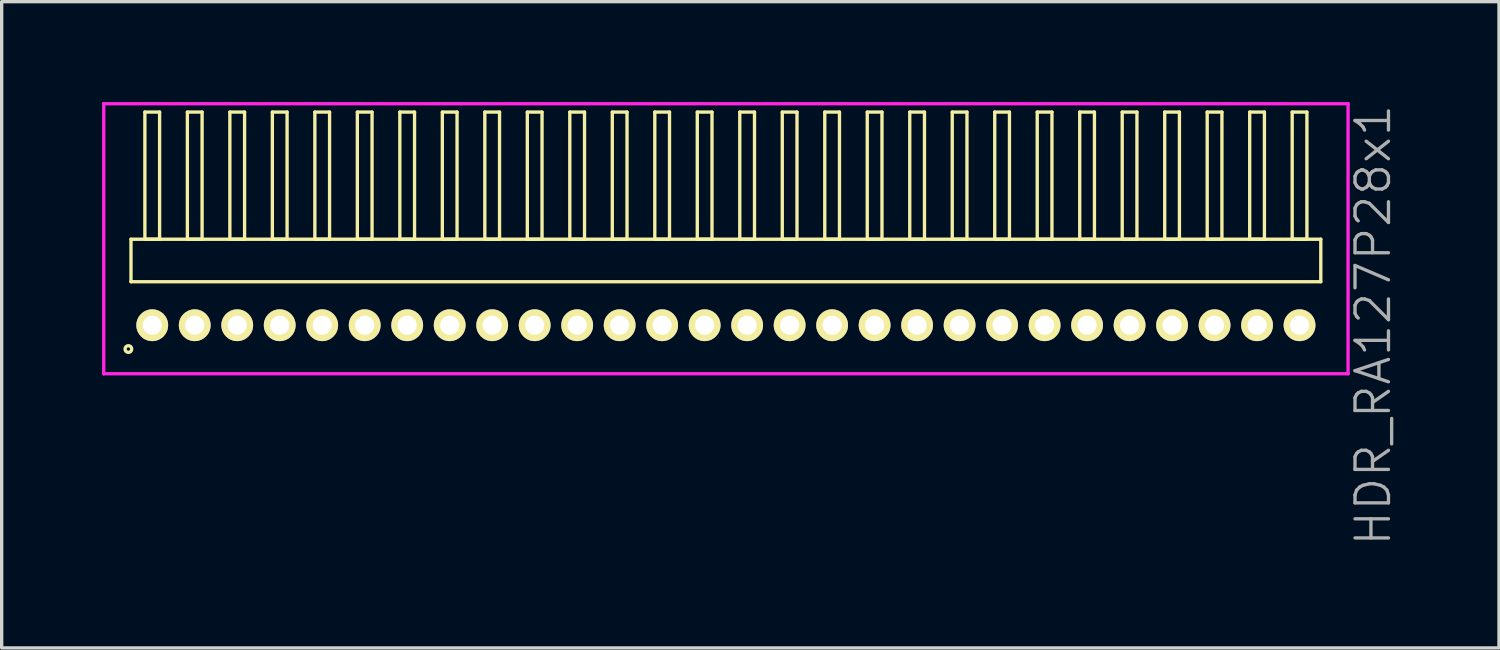
<source format=kicad_pcb>
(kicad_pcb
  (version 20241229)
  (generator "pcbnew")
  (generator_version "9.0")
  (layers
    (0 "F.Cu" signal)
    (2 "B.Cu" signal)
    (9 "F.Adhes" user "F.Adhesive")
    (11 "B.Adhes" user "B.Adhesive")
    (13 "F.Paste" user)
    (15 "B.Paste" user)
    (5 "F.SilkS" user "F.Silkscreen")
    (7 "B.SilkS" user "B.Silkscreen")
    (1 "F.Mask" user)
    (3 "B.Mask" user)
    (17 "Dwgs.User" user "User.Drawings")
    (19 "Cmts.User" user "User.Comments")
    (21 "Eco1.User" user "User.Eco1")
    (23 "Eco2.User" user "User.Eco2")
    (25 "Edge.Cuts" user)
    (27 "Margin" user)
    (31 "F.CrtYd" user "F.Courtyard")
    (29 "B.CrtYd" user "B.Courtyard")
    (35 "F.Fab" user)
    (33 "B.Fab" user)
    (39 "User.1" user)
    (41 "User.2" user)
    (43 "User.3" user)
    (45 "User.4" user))
  (footprint "HDR_RA127P28x1"
    (layer "F.Cu")
    (at 18.645 6.67)
    (property "Reference" "HDR_RA127P28x1" (at 19.345 0 90) (layer "F.Fab") (effects (font (size 1 1) (thickness 0.1))))
    (attr through_hole)
    (fp_line (start -17.78 -2.57) (end -17.78 -1.3) (stroke (width 0.1) (type solid)) (layer "F.SilkS"))
    (fp_line (start -17.78 -1.3) (end 17.78 -1.3) (stroke (width 0.1) (type solid)) (layer "F.SilkS"))
    (fp_line (start -17.365 -6.37) (end -17.365 -2.57) (stroke (width 0.1) (type solid)) (layer "F.SilkS"))
    (fp_line (start -17.365 -2.57) (end -16.925 -2.57) (stroke (width 0.1) (type solid)) (layer "F.SilkS"))
    (fp_line (start -16.925 -6.37) (end -17.365 -6.37) (stroke (width 0.1) (type solid)) (layer "F.SilkS"))
    (fp_line (start -16.925 -2.57) (end -16.925 -6.37) (stroke (width 0.1) (type solid)) (layer "F.SilkS"))
    (fp_line (start -16.095 -6.37) (end -16.095 -2.57) (stroke (width 0.1) (type solid)) (layer "F.SilkS"))
    (fp_line (start -16.095 -2.57) (end -15.655 -2.57) (stroke (width 0.1) (type solid)) (layer "F.SilkS"))
    (fp_line (start -15.655 -6.37) (end -16.095 -6.37) (stroke (width 0.1) (type solid)) (layer "F.SilkS"))
    (fp_line (start -15.655 -2.57) (end -15.655 -6.37) (stroke (width 0.1) (type solid)) (layer "F.SilkS"))
    (fp_line (start -14.825 -6.37) (end -14.825 -2.57) (stroke (width 0.1) (type solid)) (layer "F.SilkS"))
    (fp_line (start -14.825 -2.57) (end -14.385 -2.57) (stroke (width 0.1) (type solid)) (layer "F.SilkS"))
    (fp_line (start -14.385 -6.37) (end -14.825 -6.37) (stroke (width 0.1) (type solid)) (layer "F.SilkS"))
    (fp_line (start -14.385 -2.57) (end -14.385 -6.37) (stroke (width 0.1) (type solid)) (layer "F.SilkS"))
    (fp_line (start -13.555 -6.37) (end -13.555 -2.57) (stroke (width 0.1) (type solid)) (layer "F.SilkS"))
    (fp_line (start -13.555 -2.57) (end -13.115 -2.57) (stroke (width 0.1) (type solid)) (layer "F.SilkS"))
    (fp_line (start -13.115 -6.37) (end -13.555 -6.37) (stroke (width 0.1) (type solid)) (layer "F.SilkS"))
    (fp_line (start -13.115 -2.57) (end -13.115 -6.37) (stroke (width 0.1) (type solid)) (layer "F.SilkS"))
    (fp_line (start -12.285 -6.37) (end -12.285 -2.57) (stroke (width 0.1) (type solid)) (layer "F.SilkS"))
    (fp_line (start -12.285 -2.57) (end -11.845 -2.57) (stroke (width 0.1) (type solid)) (layer "F.SilkS"))
    (fp_line (start -11.845 -6.37) (end -12.285 -6.37) (stroke (width 0.1) (type solid)) (layer "F.SilkS"))
    (fp_line (start -11.845 -2.57) (end -11.845 -6.37) (stroke (width 0.1) (type solid)) (layer "F.SilkS"))
    (fp_line (start -11.015 -6.37) (end -11.015 -2.57) (stroke (width 0.1) (type solid)) (layer "F.SilkS"))
    (fp_line (start -11.015 -2.57) (end -10.575 -2.57) (stroke (width 0.1) (type solid)) (layer "F.SilkS"))
    (fp_line (start -10.575 -6.37) (end -11.015 -6.37) (stroke (width 0.1) (type solid)) (layer "F.SilkS"))
    (fp_line (start -10.575 -2.57) (end -10.575 -6.37) (stroke (width 0.1) (type solid)) (layer "F.SilkS"))
    (fp_line (start -9.745 -6.37) (end -9.745 -2.57) (stroke (width 0.1) (type solid)) (layer "F.SilkS"))
    (fp_line (start -9.745 -2.57) (end -9.305 -2.57) (stroke (width 0.1) (type solid)) (layer "F.SilkS"))
    (fp_line (start -9.305 -6.37) (end -9.745 -6.37) (stroke (width 0.1) (type solid)) (layer "F.SilkS"))
    (fp_line (start -9.305 -2.57) (end -9.305 -6.37) (stroke (width 0.1) (type solid)) (layer "F.SilkS"))
    (fp_line (start -8.475 -6.37) (end -8.475 -2.57) (stroke (width 0.1) (type solid)) (layer "F.SilkS"))
    (fp_line (start -8.475 -2.57) (end -8.035 -2.57) (stroke (width 0.1) (type solid)) (layer "F.SilkS"))
    (fp_line (start -8.035 -6.37) (end -8.475 -6.37) (stroke (width 0.1) (type solid)) (layer "F.SilkS"))
    (fp_line (start -8.035 -2.57) (end -8.035 -6.37) (stroke (width 0.1) (type solid)) (layer "F.SilkS"))
    (fp_line (start -7.205 -6.37) (end -7.205 -2.57) (stroke (width 0.1) (type solid)) (layer "F.SilkS"))
    (fp_line (start -7.205 -2.57) (end -6.765 -2.57) (stroke (width 0.1) (type solid)) (layer "F.SilkS"))
    (fp_line (start -6.765 -6.37) (end -7.205 -6.37) (stroke (width 0.1) (type solid)) (layer "F.SilkS"))
    (fp_line (start -6.765 -2.57) (end -6.765 -6.37) (stroke (width 0.1) (type solid)) (layer "F.SilkS"))
    (fp_line (start -5.935 -6.37) (end -5.935 -2.57) (stroke (width 0.1) (type solid)) (layer "F.SilkS"))
    (fp_line (start -5.935 -2.57) (end -5.495 -2.57) (stroke (width 0.1) (type solid)) (layer "F.SilkS"))
    (fp_line (start -5.495 -6.37) (end -5.935 -6.37) (stroke (width 0.1) (type solid)) (layer "F.SilkS"))
    (fp_line (start -5.495 -2.57) (end -5.495 -6.37) (stroke (width 0.1) (type solid)) (layer "F.SilkS"))
    (fp_line (start -4.665 -6.37) (end -4.665 -2.57) (stroke (width 0.1) (type solid)) (layer "F.SilkS"))
    (fp_line (start -4.665 -2.57) (end -4.225 -2.57) (stroke (width 0.1) (type solid)) (layer "F.SilkS"))
    (fp_line (start -4.225 -6.37) (end -4.665 -6.37) (stroke (width 0.1) (type solid)) (layer "F.SilkS"))
    (fp_line (start -4.225 -2.57) (end -4.225 -6.37) (stroke (width 0.1) (type solid)) (layer "F.SilkS"))
    (fp_line (start -3.395 -6.37) (end -3.395 -2.57) (stroke (width 0.1) (type solid)) (layer "F.SilkS"))
    (fp_line (start -3.395 -2.57) (end -2.955 -2.57) (stroke (width 0.1) (type solid)) (layer "F.SilkS"))
    (fp_line (start -2.955 -6.37) (end -3.395 -6.37) (stroke (width 0.1) (type solid)) (layer "F.SilkS"))
    (fp_line (start -2.955 -2.57) (end -2.955 -6.37) (stroke (width 0.1) (type solid)) (layer "F.SilkS"))
    (fp_line (start -2.125 -6.37) (end -2.125 -2.57) (stroke (width 0.1) (type solid)) (layer "F.SilkS"))
    (fp_line (start -2.125 -2.57) (end -1.685 -2.57) (stroke (width 0.1) (type solid)) (layer "F.SilkS"))
    (fp_line (start -1.685 -6.37) (end -2.125 -6.37) (stroke (width 0.1) (type solid)) (layer "F.SilkS"))
    (fp_line (start -1.685 -2.57) (end -1.685 -6.37) (stroke (width 0.1) (type solid)) (layer "F.SilkS"))
    (fp_line (start -0.855 -6.37) (end -0.855 -2.57) (stroke (width 0.1) (type solid)) (layer "F.SilkS"))
    (fp_line (start -0.855 -2.57) (end -0.415 -2.57) (stroke (width 0.1) (type solid)) (layer "F.SilkS"))
    (fp_line (start -0.415 -6.37) (end -0.855 -6.37) (stroke (width 0.1) (type solid)) (layer "F.SilkS"))
    (fp_line (start -0.415 -2.57) (end -0.415 -6.37) (stroke (width 0.1) (type solid)) (layer "F.SilkS"))
    (fp_line (start 0.415 -6.37) (end 0.415 -2.57) (stroke (width 0.1) (type solid)) (layer "F.SilkS"))
    (fp_line (start 0.415 -2.57) (end 0.855 -2.57) (stroke (width 0.1) (type solid)) (layer "F.SilkS"))
    (fp_line (start 0.855 -6.37) (end 0.415 -6.37) (stroke (width 0.1) (type solid)) (layer "F.SilkS"))
    (fp_line (start 0.855 -2.57) (end 0.855 -6.37) (stroke (width 0.1) (type solid)) (layer "F.SilkS"))
    (fp_line (start 1.685 -6.37) (end 1.685 -2.57) (stroke (width 0.1) (type solid)) (layer "F.SilkS"))
    (fp_line (start 1.685 -2.57) (end 2.125 -2.57) (stroke (width 0.1) (type solid)) (layer "F.SilkS"))
    (fp_line (start 2.125 -6.37) (end 1.685 -6.37) (stroke (width 0.1) (type solid)) (layer "F.SilkS"))
    (fp_line (start 2.125 -2.57) (end 2.125 -6.37) (stroke (width 0.1) (type solid)) (layer "F.SilkS"))
    (fp_line (start 2.955 -6.37) (end 2.955 -2.57) (stroke (width 0.1) (type solid)) (layer "F.SilkS"))
    (fp_line (start 2.955 -2.57) (end 3.395 -2.57) (stroke (width 0.1) (type solid)) (layer "F.SilkS"))
    (fp_line (start 3.395 -6.37) (end 2.955 -6.37) (stroke (width 0.1) (type solid)) (layer "F.SilkS"))
    (fp_line (start 3.395 -2.57) (end 3.395 -6.37) (stroke (width 0.1) (type solid)) (layer "F.SilkS"))
    (fp_line (start 4.225 -6.37) (end 4.225 -2.57) (stroke (width 0.1) (type solid)) (layer "F.SilkS"))
    (fp_line (start 4.225 -2.57) (end 4.665 -2.57) (stroke (width 0.1) (type solid)) (layer "F.SilkS"))
    (fp_line (start 4.665 -6.37) (end 4.225 -6.37) (stroke (width 0.1) (type solid)) (layer "F.SilkS"))
    (fp_line (start 4.665 -2.57) (end 4.665 -6.37) (stroke (width 0.1) (type solid)) (layer "F.SilkS"))
    (fp_line (start 5.495 -6.37) (end 5.495 -2.57) (stroke (width 0.1) (type solid)) (layer "F.SilkS"))
    (fp_line (start 5.495 -2.57) (end 5.935 -2.57) (stroke (width 0.1) (type solid)) (layer "F.SilkS"))
    (fp_line (start 5.935 -6.37) (end 5.495 -6.37) (stroke (width 0.1) (type solid)) (layer "F.SilkS"))
    (fp_line (start 5.935 -2.57) (end 5.935 -6.37) (stroke (width 0.1) (type solid)) (layer "F.SilkS"))
    (fp_line (start 6.765 -6.37) (end 6.765 -2.57) (stroke (width 0.1) (type solid)) (layer "F.SilkS"))
    (fp_line (start 6.765 -2.57) (end 7.205 -2.57) (stroke (width 0.1) (type solid)) (layer "F.SilkS"))
    (fp_line (start 7.205 -6.37) (end 6.765 -6.37) (stroke (width 0.1) (type solid)) (layer "F.SilkS"))
    (fp_line (start 7.205 -2.57) (end 7.205 -6.37) (stroke (width 0.1) (type solid)) (layer "F.SilkS"))
    (fp_line (start 8.035 -6.37) (end 8.035 -2.57) (stroke (width 0.1) (type solid)) (layer "F.SilkS"))
    (fp_line (start 8.035 -2.57) (end 8.475 -2.57) (stroke (width 0.1) (type solid)) (layer "F.SilkS"))
    (fp_line (start 8.475 -6.37) (end 8.035 -6.37) (stroke (width 0.1) (type solid)) (layer "F.SilkS"))
    (fp_line (start 8.475 -2.57) (end 8.475 -6.37) (stroke (width 0.1) (type solid)) (layer "F.SilkS"))
    (fp_line (start 9.305 -6.37) (end 9.305 -2.57) (stroke (width 0.1) (type solid)) (layer "F.SilkS"))
    (fp_line (start 9.305 -2.57) (end 9.745 -2.57) (stroke (width 0.1) (type solid)) (layer "F.SilkS"))
    (fp_line (start 9.745 -6.37) (end 9.305 -6.37) (stroke (width 0.1) (type solid)) (layer "F.SilkS"))
    (fp_line (start 9.745 -2.57) (end 9.745 -6.37) (stroke (width 0.1) (type solid)) (layer "F.SilkS"))
    (fp_line (start 10.575 -6.37) (end 10.575 -2.57) (stroke (width 0.1) (type solid)) (layer "F.SilkS"))
    (fp_line (start 10.575 -2.57) (end 11.015 -2.57) (stroke (width 0.1) (type solid)) (layer "F.SilkS"))
    (fp_line (start 11.015 -6.37) (end 10.575 -6.37) (stroke (width 0.1) (type solid)) (layer "F.SilkS"))
    (fp_line (start 11.015 -2.57) (end 11.015 -6.37) (stroke (width 0.1) (type solid)) (layer "F.SilkS"))
    (fp_line (start 11.845 -6.37) (end 11.845 -2.57) (stroke (width 0.1) (type solid)) (layer "F.SilkS"))
    (fp_line (start 11.845 -2.57) (end 12.285 -2.57) (stroke (width 0.1) (type solid)) (layer "F.SilkS"))
    (fp_line (start 12.285 -6.37) (end 11.845 -6.37) (stroke (width 0.1) (type solid)) (layer "F.SilkS"))
    (fp_line (start 12.285 -2.57) (end 12.285 -6.37) (stroke (width 0.1) (type solid)) (layer "F.SilkS"))
    (fp_line (start 13.115 -6.37) (end 13.115 -2.57) (stroke (width 0.1) (type solid)) (layer "F.SilkS"))
    (fp_line (start 13.115 -2.57) (end 13.555 -2.57) (stroke (width 0.1) (type solid)) (layer "F.SilkS"))
    (fp_line (start 13.555 -6.37) (end 13.115 -6.37) (stroke (width 0.1) (type solid)) (layer "F.SilkS"))
    (fp_line (start 13.555 -2.57) (end 13.555 -6.37) (stroke (width 0.1) (type solid)) (layer "F.SilkS"))
    (fp_line (start 14.385 -6.37) (end 14.385 -2.57) (stroke (width 0.1) (type solid)) (layer "F.SilkS"))
    (fp_line (start 14.385 -2.57) (end 14.825 -2.57) (stroke (width 0.1) (type solid)) (layer "F.SilkS"))
    (fp_line (start 14.825 -6.37) (end 14.385 -6.37) (stroke (width 0.1) (type solid)) (layer "F.SilkS"))
    (fp_line (start 14.825 -2.57) (end 14.825 -6.37) (stroke (width 0.1) (type solid)) (layer "F.SilkS"))
    (fp_line (start 15.655 -6.37) (end 15.655 -2.57) (stroke (width 0.1) (type solid)) (layer "F.SilkS"))
    (fp_line (start 15.655 -2.57) (end 16.095 -2.57) (stroke (width 0.1) (type solid)) (layer "F.SilkS"))
    (fp_line (start 16.095 -6.37) (end 15.655 -6.37) (stroke (width 0.1) (type solid)) (layer "F.SilkS"))
    (fp_line (start 16.095 -2.57) (end 16.095 -6.37) (stroke (width 0.1) (type solid)) (layer "F.SilkS"))
    (fp_line (start 16.925 -6.37) (end 16.925 -2.57) (stroke (width 0.1) (type solid)) (layer "F.SilkS"))
    (fp_line (start 16.925 -2.57) (end 17.365 -2.57) (stroke (width 0.1) (type solid)) (layer "F.SilkS"))
    (fp_line (start 17.365 -6.37) (end 16.925 -6.37) (stroke (width 0.1) (type solid)) (layer "F.SilkS"))
    (fp_line (start 17.365 -2.57) (end 17.365 -6.37) (stroke (width 0.1) (type solid)) (layer "F.SilkS"))
    (fp_line (start 17.78 -2.57) (end -17.78 -2.57) (stroke (width 0.1) (type solid)) (layer "F.SilkS"))
    (fp_line (start 17.78 -1.3) (end 17.78 -2.57) (stroke (width 0.1) (type solid)) (layer "F.SilkS"))
    (fp_circle (center -17.858 0.712) (end -17.758 0.712) (stroke (width 0.1) (type solid)) (fill no) (layer "F.SilkS"))
    (fp_line (start -18.595 -6.62) (end -18.595 1.45) (stroke (width 0.1) (type solid)) (layer "F.CrtYd"))
    (fp_line (start -18.595 1.45) (end 18.595 1.45) (stroke (width 0.1) (type solid)) (layer "F.CrtYd"))
    (fp_line (start 18.595 -6.62) (end -18.595 -6.62) (stroke (width 0.1) (type solid)) (layer "F.CrtYd"))
    (fp_line (start 18.595 1.45) (end 18.595 -6.62) (stroke (width 0.1) (type solid)) (layer "F.CrtYd"))
    (pad "1" thru_hole oval (at -17.145 0) (size 0.95 0.95) (drill 0.57) (layers "*.Cu" "*.Mask" "F.SilkS"))
    (pad "2" thru_hole oval (at -15.875 0) (size 0.95 0.95) (drill 0.57) (layers "*.Cu" "*.Mask" "F.SilkS"))
    (pad "3" thru_hole oval (at -14.605 0) (size 0.95 0.95) (drill 0.57) (layers "*.Cu" "*.Mask" "F.SilkS"))
    (pad "4" thru_hole oval (at -13.335 0) (size 0.95 0.95) (drill 0.57) (layers "*.Cu" "*.Mask" "F.SilkS"))
    (pad "5" thru_hole oval (at -12.065 0) (size 0.95 0.95) (drill 0.57) (layers "*.Cu" "*.Mask" "F.SilkS"))
    (pad "6" thru_hole oval (at -10.795 0) (size 0.95 0.95) (drill 0.57) (layers "*.Cu" "*.Mask" "F.SilkS"))
    (pad "7" thru_hole oval (at -9.525 0) (size 0.95 0.95) (drill 0.57) (layers "*.Cu" "*.Mask" "F.SilkS"))
    (pad "8" thru_hole oval (at -8.255 0) (size 0.95 0.95) (drill 0.57) (layers "*.Cu" "*.Mask" "F.SilkS"))
    (pad "9" thru_hole oval (at -6.985 0) (size 0.95 0.95) (drill 0.57) (layers "*.Cu" "*.Mask" "F.SilkS"))
    (pad "10" thru_hole oval (at -5.715 0) (size 0.95 0.95) (drill 0.57) (layers "*.Cu" "*.Mask" "F.SilkS"))
    (pad "11" thru_hole oval (at -4.445 0) (size 0.95 0.95) (drill 0.57) (layers "*.Cu" "*.Mask" "F.SilkS"))
    (pad "12" thru_hole oval (at -3.175 0) (size 0.95 0.95) (drill 0.57) (layers "*.Cu" "*.Mask" "F.SilkS"))
    (pad "13" thru_hole oval (at -1.905 0) (size 0.95 0.95) (drill 0.57) (layers "*.Cu" "*.Mask" "F.SilkS"))
    (pad "14" thru_hole oval (at -0.635 0) (size 0.95 0.95) (drill 0.57) (layers "*.Cu" "*.Mask" "F.SilkS"))
    (pad "15" thru_hole oval (at 0.635 0) (size 0.95 0.95) (drill 0.57) (layers "*.Cu" "*.Mask" "F.SilkS"))
    (pad "16" thru_hole oval (at 1.905 0) (size 0.95 0.95) (drill 0.57) (layers "*.Cu" "*.Mask" "F.SilkS"))
    (pad "17" thru_hole oval (at 3.175 0) (size 0.95 0.95) (drill 0.57) (layers "*.Cu" "*.Mask" "F.SilkS"))
    (pad "18" thru_hole oval (at 4.445 0) (size 0.95 0.95) (drill 0.57) (layers "*.Cu" "*.Mask" "F.SilkS"))
    (pad "19" thru_hole oval (at 5.715 0) (size 0.95 0.95) (drill 0.57) (layers "*.Cu" "*.Mask" "F.SilkS"))
    (pad "20" thru_hole oval (at 6.985 0) (size 0.95 0.95) (drill 0.57) (layers "*.Cu" "*.Mask" "F.SilkS"))
    (pad "21" thru_hole oval (at 8.255 0) (size 0.95 0.95) (drill 0.57) (layers "*.Cu" "*.Mask" "F.SilkS"))
    (pad "22" thru_hole oval (at 9.525 0) (size 0.95 0.95) (drill 0.57) (layers "*.Cu" "*.Mask" "F.SilkS"))
    (pad "23" thru_hole oval (at 10.795 0) (size 0.95 0.95) (drill 0.57) (layers "*.Cu" "*.Mask" "F.SilkS"))
    (pad "24" thru_hole oval (at 12.065 0) (size 0.95 0.95) (drill 0.57) (layers "*.Cu" "*.Mask" "F.SilkS"))
    (pad "25" thru_hole oval (at 13.335 0) (size 0.95 0.95) (drill 0.57) (layers "*.Cu" "*.Mask" "F.SilkS"))
    (pad "26" thru_hole oval (at 14.605 0) (size 0.95 0.95) (drill 0.57) (layers "*.Cu" "*.Mask" "F.SilkS"))
    (pad "27" thru_hole oval (at 15.875 0) (size 0.95 0.95) (drill 0.57) (layers "*.Cu" "*.Mask" "F.SilkS"))
    (pad "28" thru_hole oval (at 17.145 0) (size 0.95 0.95) (drill 0.57) (layers "*.Cu" "*.Mask" "F.SilkS")))
  (gr_rect
    (start -3 -3)
    (end 41.751 16.315)
    (stroke (width 0.1) (type default))
    (fill no)
    (layer "Edge.Cuts")))
</source>
